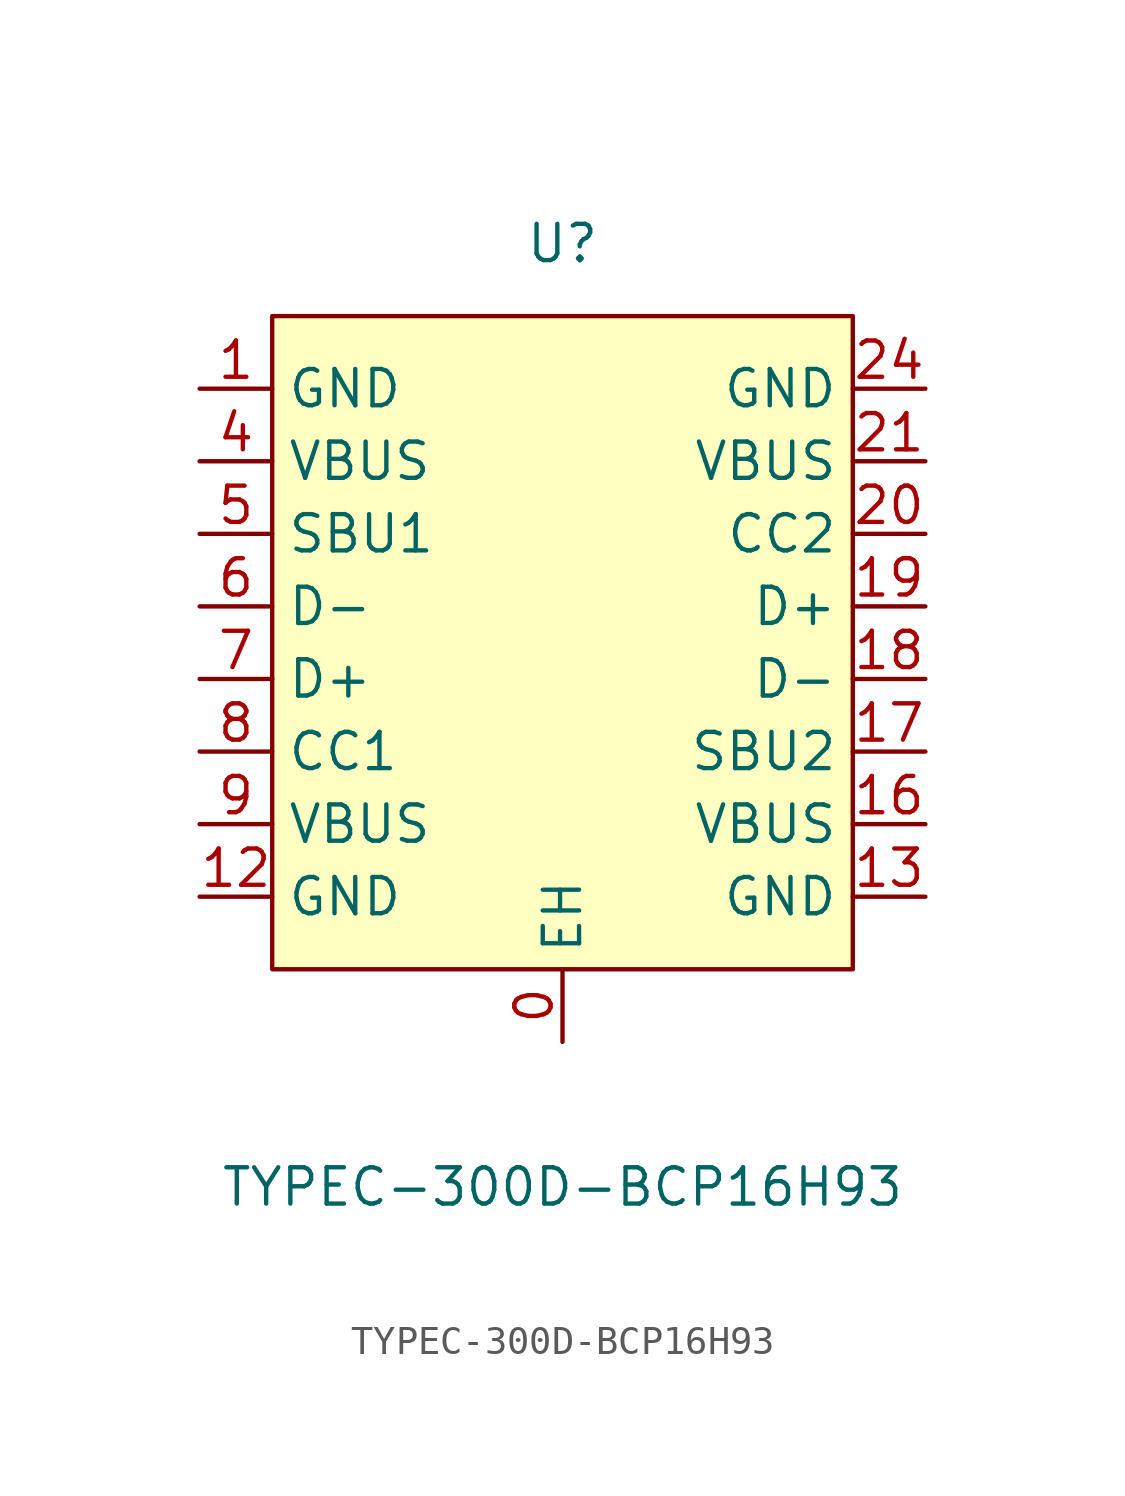
<source format=kicad_sym>
(kicad_symbol_lib
  (version 20231120)
  (generator "kicad_symbol_editor")
  (generator_version "8.0")
  (symbol "TYPEC-300D-BCP16H93"
    (property "Reference" "U"
      (at 0 15.24 0)
      (effects (font (size 1.27 1.27))))
    (property "Value" "TYPEC-300D-BCP16H93"
      (at 0 -17.78 0)
      (effects (font (size 1.27 1.27))))
    (symbol "TYPEC-300D-BCP16H93_0_1"
      (rectangle (start -10.16 12.7) (end 10.16 -10.16) (stroke (width 0) (type default)) (fill (type background)))
      (pin unspecified line (at 0 -12.7 90) (length 2.54) (name "EH" (effects (font (size 1.27 1.27)))) (number "0" (effects (font (size 1.27 1.27)))))
      (pin unspecified line (at -12.7 10.16 0) (length 2.54) (name "GND" (effects (font (size 1.27 1.27)))) (number "1" (effects (font (size 1.27 1.27)))))
      (pin unspecified line (at -12.7 -7.62 0) (length 2.54) (name "GND" (effects (font (size 1.27 1.27)))) (number "12" (effects (font (size 1.27 1.27)))))
      (pin unspecified line (at 12.7 -7.62 180) (length 2.54) (name "GND" (effects (font (size 1.27 1.27)))) (number "13" (effects (font (size 1.27 1.27)))))
      (pin unspecified line (at 12.7 -5.08 180) (length 2.54) (name "VBUS" (effects (font (size 1.27 1.27)))) (number "16" (effects (font (size 1.27 1.27)))))
      (pin unspecified line (at 12.7 -2.54 180) (length 2.54) (name "SBU2" (effects (font (size 1.27 1.27)))) (number "17" (effects (font (size 1.27 1.27)))))
      (pin unspecified line (at 12.7 0 180) (length 2.54) (name "D-" (effects (font (size 1.27 1.27)))) (number "18" (effects (font (size 1.27 1.27)))))
      (pin unspecified line (at 12.7 2.54 180) (length 2.54) (name "D+" (effects (font (size 1.27 1.27)))) (number "19" (effects (font (size 1.27 1.27)))))
      (pin unspecified line (at 12.7 5.08 180) (length 2.54) (name "CC2" (effects (font (size 1.27 1.27)))) (number "20" (effects (font (size 1.27 1.27)))))
      (pin unspecified line (at 12.7 7.62 180) (length 2.54) (name "VBUS" (effects (font (size 1.27 1.27)))) (number "21" (effects (font (size 1.27 1.27)))))
      (pin unspecified line (at 12.7 10.16 180) (length 2.54) (name "GND" (effects (font (size 1.27 1.27)))) (number "24" (effects (font (size 1.27 1.27)))))
      (pin unspecified line (at -12.7 7.62 0) (length 2.54) (name "VBUS" (effects (font (size 1.27 1.27)))) (number "4" (effects (font (size 1.27 1.27)))))
      (pin unspecified line (at -12.7 5.08 0) (length 2.54) (name "SBU1" (effects (font (size 1.27 1.27)))) (number "5" (effects (font (size 1.27 1.27)))))
      (pin unspecified line (at -12.7 2.54 0) (length 2.54) (name "D-" (effects (font (size 1.27 1.27)))) (number "6" (effects (font (size 1.27 1.27)))))
      (pin unspecified line (at -12.7 0 0) (length 2.54) (name "D+" (effects (font (size 1.27 1.27)))) (number "7" (effects (font (size 1.27 1.27)))))
      (pin unspecified line (at -12.7 -2.54 0) (length 2.54) (name "CC1" (effects (font (size 1.27 1.27)))) (number "8" (effects (font (size 1.27 1.27)))))
      (pin unspecified line (at -12.7 -5.08 0) (length 2.54) (name "VBUS" (effects (font (size 1.27 1.27)))) (number "9" (effects (font (size 1.27 1.27))))))))
</source>
